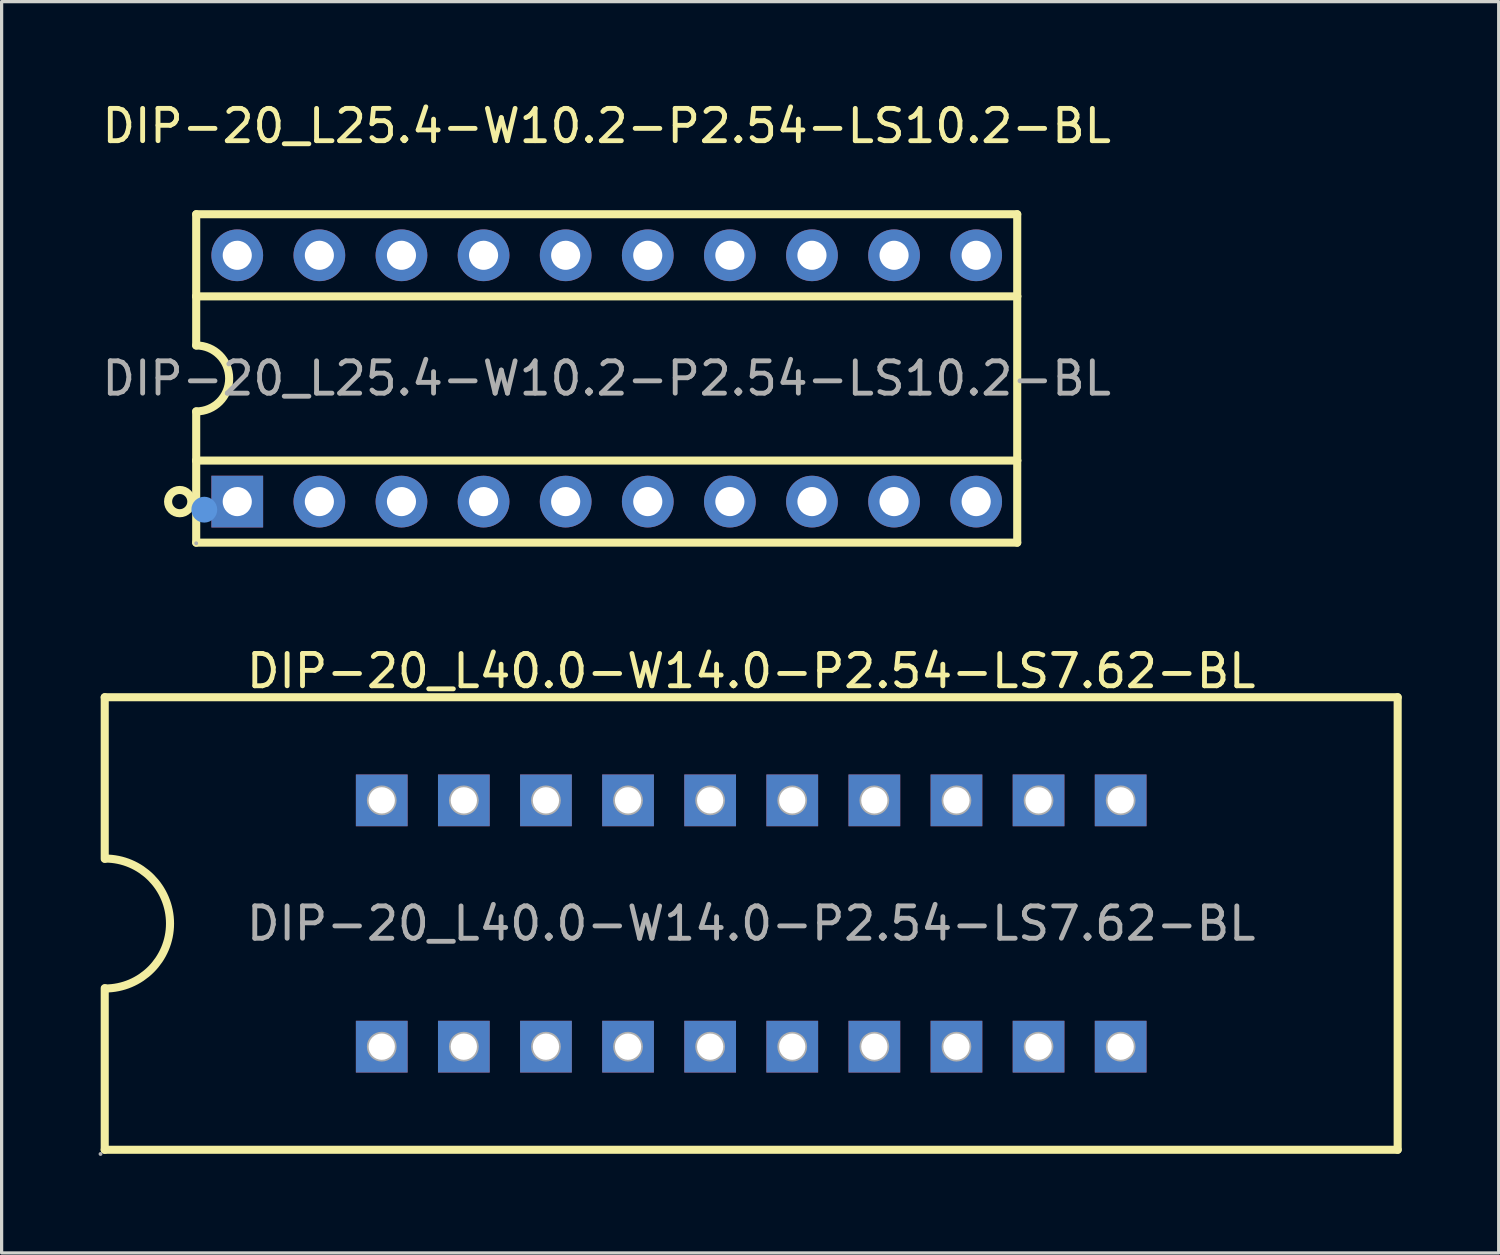
<source format=kicad_pcb>
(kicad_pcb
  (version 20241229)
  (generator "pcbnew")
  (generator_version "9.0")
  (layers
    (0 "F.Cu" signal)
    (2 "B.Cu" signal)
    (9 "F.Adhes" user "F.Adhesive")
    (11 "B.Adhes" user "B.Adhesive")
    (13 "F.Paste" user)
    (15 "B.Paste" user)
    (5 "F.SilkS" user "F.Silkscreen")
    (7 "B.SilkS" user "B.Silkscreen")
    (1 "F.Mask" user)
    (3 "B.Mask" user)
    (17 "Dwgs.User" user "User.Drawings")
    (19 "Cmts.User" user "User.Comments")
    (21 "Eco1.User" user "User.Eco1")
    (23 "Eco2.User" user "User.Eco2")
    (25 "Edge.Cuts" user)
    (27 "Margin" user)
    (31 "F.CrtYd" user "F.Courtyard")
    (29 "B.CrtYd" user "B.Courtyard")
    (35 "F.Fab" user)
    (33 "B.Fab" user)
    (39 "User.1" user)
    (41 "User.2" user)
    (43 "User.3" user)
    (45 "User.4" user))
  (footprint "DIP-20_L40.0-W14.0-P2.54-LS7.62-BL"
    (layer "F.Cu")
    (at 20.19 25.521)
    (property "Reference" "DIP-20_L40.0-W14.0-P2.54-LS7.62-BL" (at 0 -7.81 0) (layer "F.SilkS") (effects (font (size 1 1) (thickness 0.15))))
    (attr through_hole)
    (fp_line (start -20 -7) (end -20 -2) (stroke (width 0.25) (type solid)) (layer "F.SilkS"))
    (fp_line (start -20 2) (end -20 7) (stroke (width 0.25) (type solid)) (layer "F.SilkS"))
    (fp_line (start -20 7) (end 20 7) (stroke (width 0.25) (type solid)) (layer "F.SilkS"))
    (fp_line (start 20 -7) (end -20 -7) (stroke (width 0.25) (type solid)) (layer "F.SilkS"))
    (fp_line (start 20 -7) (end 20 7) (stroke (width 0.25) (type solid)) (layer "F.SilkS"))
    (fp_arc (start -19.99 -2.01) (mid -17.98 0) (end -19.99 2.01) (stroke (width 0.25) (type solid)) (layer "F.SilkS"))
    (fp_circle (center -20.13 7.13) (end -20.1 7.13) (stroke (width 0.06) (type solid)) (fill no) (layer "F.Fab"))
    (fp_circle (center -11.43 -3.81) (end -11.28 -3.81) (stroke (width 0.31) (type solid)) (fill no) (layer "F.Fab"))
    (fp_circle (center -11.43 3.81) (end -11.28 3.81) (stroke (width 0.31) (type solid)) (fill no) (layer "F.Fab"))
    (fp_circle (center -8.89 -3.81) (end -8.74 -3.81) (stroke (width 0.31) (type solid)) (fill no) (layer "F.Fab"))
    (fp_circle (center -8.89 3.81) (end -8.74 3.81) (stroke (width 0.31) (type solid)) (fill no) (layer "F.Fab"))
    (fp_circle (center -6.35 -3.81) (end -6.2 -3.81) (stroke (width 0.31) (type solid)) (fill no) (layer "F.Fab"))
    (fp_circle (center -6.35 3.81) (end -6.2 3.81) (stroke (width 0.31) (type solid)) (fill no) (layer "F.Fab"))
    (fp_circle (center -3.81 -3.81) (end -3.66 -3.81) (stroke (width 0.31) (type solid)) (fill no) (layer "F.Fab"))
    (fp_circle (center -3.81 3.81) (end -3.66 3.81) (stroke (width 0.31) (type solid)) (fill no) (layer "F.Fab"))
    (fp_circle (center -1.27 -3.81) (end -1.12 -3.81) (stroke (width 0.31) (type solid)) (fill no) (layer "F.Fab"))
    (fp_circle (center -1.27 3.81) (end -1.12 3.81) (stroke (width 0.31) (type solid)) (fill no) (layer "F.Fab"))
    (fp_circle (center 1.27 -3.81) (end 1.42 -3.81) (stroke (width 0.31) (type solid)) (fill no) (layer "F.Fab"))
    (fp_circle (center 1.27 3.81) (end 1.42 3.81) (stroke (width 0.31) (type solid)) (fill no) (layer "F.Fab"))
    (fp_circle (center 3.81 -3.81) (end 3.96 -3.81) (stroke (width 0.31) (type solid)) (fill no) (layer "F.Fab"))
    (fp_circle (center 3.81 3.81) (end 3.96 3.81) (stroke (width 0.31) (type solid)) (fill no) (layer "F.Fab"))
    (fp_circle (center 6.35 -3.81) (end 6.5 -3.81) (stroke (width 0.31) (type solid)) (fill no) (layer "F.Fab"))
    (fp_circle (center 6.35 3.81) (end 6.5 3.81) (stroke (width 0.31) (type solid)) (fill no) (layer "F.Fab"))
    (fp_circle (center 8.89 -3.81) (end 9.04 -3.81) (stroke (width 0.31) (type solid)) (fill no) (layer "F.Fab"))
    (fp_circle (center 8.89 3.81) (end 9.04 3.81) (stroke (width 0.31) (type solid)) (fill no) (layer "F.Fab"))
    (fp_circle (center 11.43 -3.81) (end 11.58 -3.81) (stroke (width 0.31) (type solid)) (fill no) (layer "F.Fab"))
    (fp_circle (center 11.43 3.81) (end 11.58 3.81) (stroke (width 0.31) (type solid)) (fill no) (layer "F.Fab"))
    (fp_text user "${REFERENCE}" (at 0 0 0) (layer "F.Fab") (effects (font (size 1 1) (thickness 0.15))))
    (pad "1" thru_hole rect (at -11.43 3.81) (size 1.6 1.6) (drill 0.813) (layers "*.Cu" "*.Paste" "*.Mask"))
    (pad "2" thru_hole rect (at -8.89 3.81) (size 1.6 1.6) (drill 0.813) (layers "*.Cu" "*.Paste" "*.Mask"))
    (pad "3" thru_hole rect (at -6.35 3.81) (size 1.6 1.6) (drill 0.813) (layers "*.Cu" "*.Paste" "*.Mask"))
    (pad "4" thru_hole rect (at -3.81 3.81) (size 1.6 1.6) (drill 0.813) (layers "*.Cu" "*.Paste" "*.Mask"))
    (pad "5" thru_hole rect (at -1.27 3.81) (size 1.6 1.6) (drill 0.813) (layers "*.Cu" "*.Paste" "*.Mask"))
    (pad "6" thru_hole rect (at 1.27 3.81) (size 1.6 1.6) (drill 0.813) (layers "*.Cu" "*.Paste" "*.Mask"))
    (pad "7" thru_hole rect (at 3.81 3.81) (size 1.6 1.6) (drill 0.813) (layers "*.Cu" "*.Paste" "*.Mask"))
    (pad "8" thru_hole rect (at 6.35 3.81) (size 1.6 1.6) (drill 0.813) (layers "*.Cu" "*.Paste" "*.Mask"))
    (pad "9" thru_hole rect (at 8.89 3.81) (size 1.6 1.6) (drill 0.813) (layers "*.Cu" "*.Paste" "*.Mask"))
    (pad "10" thru_hole rect (at 11.43 3.81) (size 1.6 1.6) (drill 0.813) (layers "*.Cu" "*.Paste" "*.Mask"))
    (pad "11" thru_hole rect (at 11.43 -3.81) (size 1.6 1.6) (drill 0.813) (layers "*.Cu" "*.Paste" "*.Mask"))
    (pad "12" thru_hole rect (at 8.89 -3.81) (size 1.6 1.6) (drill 0.813) (layers "*.Cu" "*.Paste" "*.Mask"))
    (pad "13" thru_hole rect (at 6.35 -3.81) (size 1.6 1.6) (drill 0.813) (layers "*.Cu" "*.Paste" "*.Mask"))
    (pad "14" thru_hole rect (at 3.81 -3.81) (size 1.6 1.6) (drill 0.813) (layers "*.Cu" "*.Paste" "*.Mask"))
    (pad "15" thru_hole rect (at 1.27 -3.81) (size 1.6 1.6) (drill 0.813) (layers "*.Cu" "*.Paste" "*.Mask"))
    (pad "16" thru_hole rect (at -1.27 -3.81) (size 1.6 1.6) (drill 0.813) (layers "*.Cu" "*.Paste" "*.Mask"))
    (pad "17" thru_hole rect (at -3.81 -3.81) (size 1.6 1.6) (drill 0.813) (layers "*.Cu" "*.Paste" "*.Mask"))
    (pad "18" thru_hole rect (at -6.35 -3.81) (size 1.6 1.6) (drill 0.813) (layers "*.Cu" "*.Paste" "*.Mask"))
    (pad "19" thru_hole rect (at -8.89 -3.81) (size 1.6 1.6) (drill 0.813) (layers "*.Cu" "*.Paste" "*.Mask"))
    (pad "20" thru_hole rect (at -11.43 -3.81) (size 1.6 1.6) (drill 0.813) (layers "*.Cu" "*.Paste" "*.Mask")))
  (footprint "DIP-20_L25.4-W10.2-P2.54-LS10.2-BL"
    (layer "F.Cu")
    (at 15.72 8.658)
    (property "Reference" "DIP-20_L25.4-W10.2-P2.54-LS10.2-BL" (at 0 -7.81 0) (layer "F.SilkS") (effects (font (size 1 1) (thickness 0.15))))
    (attr through_hole)
    (fp_line (start -12.7 -5.08) (end -12.7 -2.54) (stroke (width 0.25) (type solid)) (layer "F.SilkS"))
    (fp_line (start -12.7 -2.54) (end -12.7 -1.02) (stroke (width 0.25) (type solid)) (layer "F.SilkS"))
    (fp_line (start -12.7 -2.54) (end 12.7 -2.54) (stroke (width 0.25) (type solid)) (layer "F.SilkS"))
    (fp_line (start -12.7 2.54) (end -12.7 1.02) (stroke (width 0.25) (type solid)) (layer "F.SilkS"))
    (fp_line (start -12.7 2.54) (end 12.7 2.54) (stroke (width 0.25) (type solid)) (layer "F.SilkS"))
    (fp_line (start -12.7 5.08) (end -12.7 2.54) (stroke (width 0.25) (type solid)) (layer "F.SilkS"))
    (fp_line (start -12.7 5.08) (end 12.7 5.08) (stroke (width 0.25) (type solid)) (layer "F.SilkS"))
    (fp_line (start 12.7 -5.08) (end -12.7 -5.08) (stroke (width 0.25) (type solid)) (layer "F.SilkS"))
    (fp_line (start 12.7 -5.08) (end 12.7 -2.54) (stroke (width 0.25) (type solid)) (layer "F.SilkS"))
    (fp_line (start 12.7 -2.54) (end 12.7 2.54) (stroke (width 0.25) (type solid)) (layer "F.SilkS"))
    (fp_line (start 12.7 2.54) (end 12.7 5.08) (stroke (width 0.25) (type solid)) (layer "F.SilkS"))
    (fp_arc (start -12.7 -1.02) (mid -11.68 0) (end -12.7 1.02) (stroke (width 0.25) (type solid)) (layer "F.SilkS"))
    (fp_circle (center -13.21 3.81) (end -12.85 3.81) (stroke (width 0.25) (type solid)) (fill no) (layer "F.SilkS"))
    (fp_circle (center -12.45 4.06) (end -12.25 4.06) (stroke (width 0.4) (type solid)) (fill no) (layer "Cmts.User"))
    (fp_circle (center -12.7 5.1) (end -12.67 5.1) (stroke (width 0.06) (type solid)) (fill no) (layer "F.Fab"))
    (fp_circle (center -11.43 -3.81) (end -11.28 -3.81) (stroke (width 0.3) (type solid)) (fill no) (layer "F.Fab"))
    (fp_circle (center -11.43 3.81) (end -11.28 3.81) (stroke (width 0.3) (type solid)) (fill no) (layer "F.Fab"))
    (fp_circle (center -8.89 -3.81) (end -8.74 -3.81) (stroke (width 0.3) (type solid)) (fill no) (layer "F.Fab"))
    (fp_circle (center -8.89 3.81) (end -8.74 3.81) (stroke (width 0.3) (type solid)) (fill no) (layer "F.Fab"))
    (fp_circle (center -6.35 -3.81) (end -6.2 -3.81) (stroke (width 0.3) (type solid)) (fill no) (layer "F.Fab"))
    (fp_circle (center -6.35 3.81) (end -6.2 3.81) (stroke (width 0.3) (type solid)) (fill no) (layer "F.Fab"))
    (fp_circle (center -3.81 -3.81) (end -3.66 -3.81) (stroke (width 0.3) (type solid)) (fill no) (layer "F.Fab"))
    (fp_circle (center -3.81 3.81) (end -3.66 3.81) (stroke (width 0.3) (type solid)) (fill no) (layer "F.Fab"))
    (fp_circle (center -1.27 -3.81) (end -1.12 -3.81) (stroke (width 0.3) (type solid)) (fill no) (layer "F.Fab"))
    (fp_circle (center -1.27 3.81) (end -1.12 3.81) (stroke (width 0.3) (type solid)) (fill no) (layer "F.Fab"))
    (fp_circle (center 1.27 -3.81) (end 1.42 -3.81) (stroke (width 0.3) (type solid)) (fill no) (layer "F.Fab"))
    (fp_circle (center 1.27 3.81) (end 1.42 3.81) (stroke (width 0.3) (type solid)) (fill no) (layer "F.Fab"))
    (fp_circle (center 3.81 -3.81) (end 3.96 -3.81) (stroke (width 0.3) (type solid)) (fill no) (layer "F.Fab"))
    (fp_circle (center 3.81 3.81) (end 3.96 3.81) (stroke (width 0.3) (type solid)) (fill no) (layer "F.Fab"))
    (fp_circle (center 6.35 -3.81) (end 6.5 -3.81) (stroke (width 0.3) (type solid)) (fill no) (layer "F.Fab"))
    (fp_circle (center 6.35 3.81) (end 6.5 3.81) (stroke (width 0.3) (type solid)) (fill no) (layer "F.Fab"))
    (fp_circle (center 8.89 -3.81) (end 9.04 -3.81) (stroke (width 0.3) (type solid)) (fill no) (layer "F.Fab"))
    (fp_circle (center 8.89 3.81) (end 9.04 3.81) (stroke (width 0.3) (type solid)) (fill no) (layer "F.Fab"))
    (fp_circle (center 11.43 -3.81) (end 11.58 -3.81) (stroke (width 0.3) (type solid)) (fill no) (layer "F.Fab"))
    (fp_circle (center 11.43 3.81) (end 11.58 3.81) (stroke (width 0.3) (type solid)) (fill no) (layer "F.Fab"))
    (fp_text user "${REFERENCE}" (at 0 0 0) (layer "F.Fab") (effects (font (size 1 1) (thickness 0.15))))
    (pad "1" thru_hole rect (at -11.43 3.81) (size 1.6 1.6) (drill 0.9) (layers "*.Cu" "*.Paste" "*.Mask"))
    (pad "2" thru_hole circle (at -8.89 3.81) (size 1.6 1.6) (drill 0.9) (layers "*.Cu" "*.Paste" "*.Mask"))
    (pad "3" thru_hole circle (at -6.35 3.81) (size 1.6 1.6) (drill 0.9) (layers "*.Cu" "*.Paste" "*.Mask"))
    (pad "4" thru_hole circle (at -3.81 3.81) (size 1.6 1.6) (drill 0.9) (layers "*.Cu" "*.Paste" "*.Mask"))
    (pad "5" thru_hole circle (at -1.27 3.81) (size 1.6 1.6) (drill 0.9) (layers "*.Cu" "*.Paste" "*.Mask"))
    (pad "6" thru_hole circle (at 1.27 3.81) (size 1.6 1.6) (drill 0.9) (layers "*.Cu" "*.Paste" "*.Mask"))
    (pad "7" thru_hole circle (at 3.81 3.81) (size 1.6 1.6) (drill 0.9) (layers "*.Cu" "*.Paste" "*.Mask"))
    (pad "8" thru_hole circle (at 6.35 3.81) (size 1.6 1.6) (drill 0.9) (layers "*.Cu" "*.Paste" "*.Mask"))
    (pad "9" thru_hole circle (at 8.89 3.81) (size 1.6 1.6) (drill 0.9) (layers "*.Cu" "*.Paste" "*.Mask"))
    (pad "10" thru_hole circle (at 11.43 3.81) (size 1.6 1.6) (drill 0.9) (layers "*.Cu" "*.Paste" "*.Mask"))
    (pad "11" thru_hole circle (at 11.43 -3.81) (size 1.6 1.6) (drill 0.9) (layers "*.Cu" "*.Paste" "*.Mask"))
    (pad "12" thru_hole circle (at 8.89 -3.81) (size 1.6 1.6) (drill 0.9) (layers "*.Cu" "*.Paste" "*.Mask"))
    (pad "13" thru_hole circle (at 6.35 -3.81) (size 1.6 1.6) (drill 0.9) (layers "*.Cu" "*.Paste" "*.Mask"))
    (pad "14" thru_hole circle (at 3.81 -3.81) (size 1.6 1.6) (drill 0.9) (layers "*.Cu" "*.Paste" "*.Mask"))
    (pad "15" thru_hole circle (at 1.27 -3.81) (size 1.6 1.6) (drill 0.9) (layers "*.Cu" "*.Paste" "*.Mask"))
    (pad "16" thru_hole circle (at -1.27 -3.81) (size 1.6 1.6) (drill 0.9) (layers "*.Cu" "*.Paste" "*.Mask"))
    (pad "17" thru_hole circle (at -3.81 -3.81) (size 1.6 1.6) (drill 0.9) (layers "*.Cu" "*.Paste" "*.Mask"))
    (pad "18" thru_hole circle (at -6.35 -3.81) (size 1.6 1.6) (drill 0.9) (layers "*.Cu" "*.Paste" "*.Mask"))
    (pad "19" thru_hole circle (at -8.89 -3.81) (size 1.6 1.6) (drill 0.9) (layers "*.Cu" "*.Paste" "*.Mask"))
    (pad "20" thru_hole circle (at -11.43 -3.81) (size 1.6 1.6) (drill 0.9) (layers "*.Cu" "*.Paste" "*.Mask")))
  (gr_rect
    (start -3 -3)
    (end 43.315 35.712)
    (stroke (width 0.1) (type default))
    (fill no)
    (layer "Edge.Cuts")))
</source>
